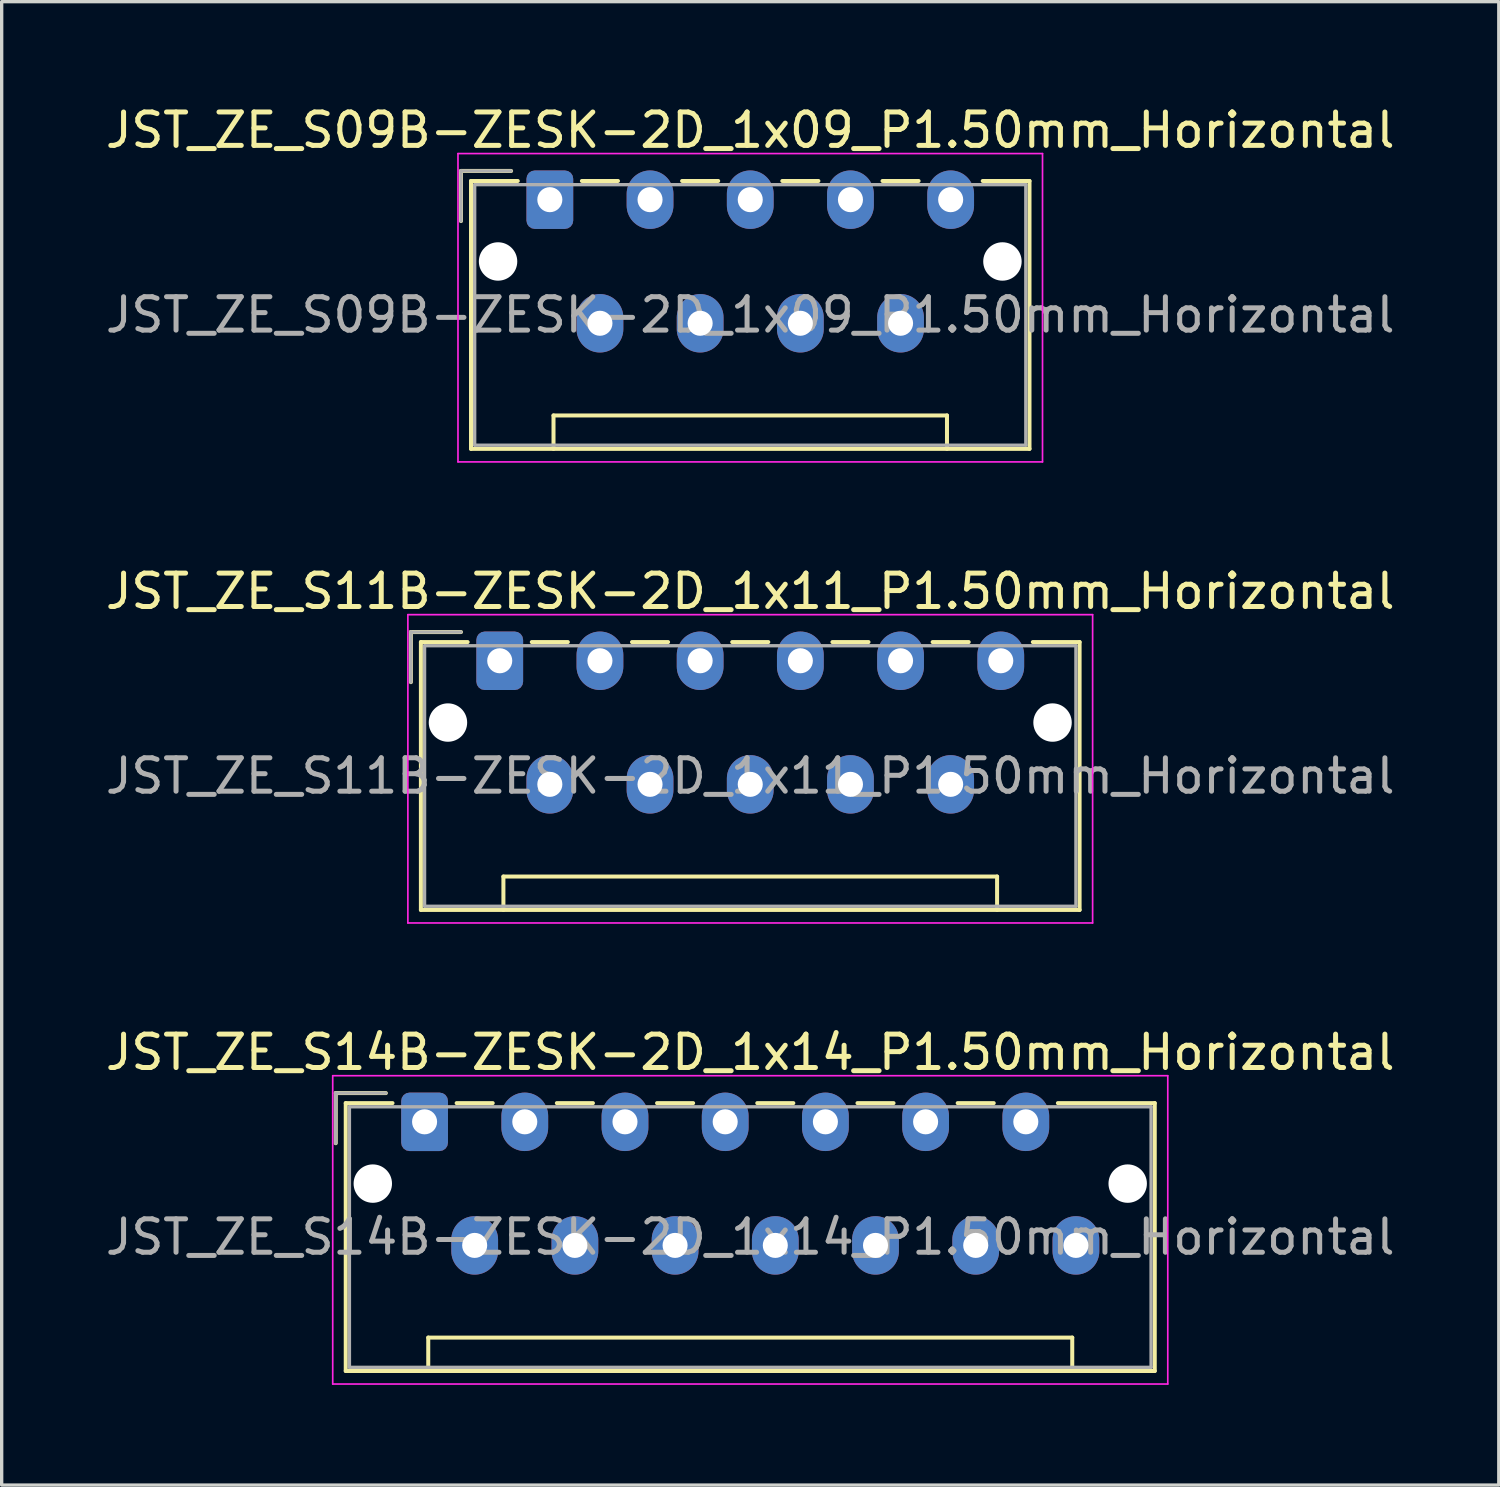
<source format=kicad_pcb>
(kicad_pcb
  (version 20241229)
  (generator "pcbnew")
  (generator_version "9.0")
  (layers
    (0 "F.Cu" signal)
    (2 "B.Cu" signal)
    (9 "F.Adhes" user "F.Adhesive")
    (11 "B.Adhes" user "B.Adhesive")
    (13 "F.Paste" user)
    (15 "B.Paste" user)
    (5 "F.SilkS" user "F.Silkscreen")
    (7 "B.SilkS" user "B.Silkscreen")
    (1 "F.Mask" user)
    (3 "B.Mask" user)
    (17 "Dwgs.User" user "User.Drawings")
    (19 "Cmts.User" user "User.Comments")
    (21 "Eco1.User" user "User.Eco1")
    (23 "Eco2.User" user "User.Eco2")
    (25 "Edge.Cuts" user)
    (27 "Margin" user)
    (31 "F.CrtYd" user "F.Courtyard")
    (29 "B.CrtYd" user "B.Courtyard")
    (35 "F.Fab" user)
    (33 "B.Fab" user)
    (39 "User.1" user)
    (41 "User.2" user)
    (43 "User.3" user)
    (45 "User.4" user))
  (footprint "JST_ZE_S14B-ZESK-2D_1x14_P1.50mm_Horizontal"
    (layer "F.Cu")
    (at 9.661 30.535)
    (property "Reference" "JST_ZE_S14B-ZESK-2D_1x14_P1.50mm_Horizontal" (at 9.75 -2.08 0) (layer "F.SilkS") (effects (font (size 1 1) (thickness 0.15))))
    (attr through_hole)
    (fp_line (start -2.66 -0.86) (end -1.16 -0.86) (stroke (width 0.12) (type solid)) (layer "F.SilkS"))
    (fp_line (start -2.66 0.64) (end -2.66 -0.86) (stroke (width 0.12) (type solid)) (layer "F.SilkS"))
    (fp_line (start -2.36 -0.56) (end -2.36 7.46) (stroke (width 0.12) (type solid)) (layer "F.SilkS"))
    (fp_line (start -2.36 7.46) (end 21.86 7.46) (stroke (width 0.12) (type solid)) (layer "F.SilkS"))
    (fp_line (start -0.96 -0.56) (end -2.36 -0.56) (stroke (width 0.12) (type solid)) (layer "F.SilkS"))
    (fp_line (start 0.11 6.46) (end 19.39 6.46) (stroke (width 0.12) (type solid)) (layer "F.SilkS"))
    (fp_line (start 0.11 7.46) (end 0.11 6.46) (stroke (width 0.12) (type solid)) (layer "F.SilkS"))
    (fp_line (start 0.96 -0.56) (end 2.04 -0.56) (stroke (width 0.12) (type solid)) (layer "F.SilkS"))
    (fp_line (start 3.96 -0.56) (end 5.04 -0.56) (stroke (width 0.12) (type solid)) (layer "F.SilkS"))
    (fp_line (start 6.96 -0.56) (end 8.04 -0.56) (stroke (width 0.12) (type solid)) (layer "F.SilkS"))
    (fp_line (start 9.96 -0.56) (end 11.04 -0.56) (stroke (width 0.12) (type solid)) (layer "F.SilkS"))
    (fp_line (start 12.96 -0.56) (end 14.04 -0.56) (stroke (width 0.12) (type solid)) (layer "F.SilkS"))
    (fp_line (start 15.96 -0.56) (end 17.04 -0.56) (stroke (width 0.12) (type solid)) (layer "F.SilkS"))
    (fp_line (start 19.39 6.46) (end 19.39 7.46) (stroke (width 0.12) (type solid)) (layer "F.SilkS"))
    (fp_line (start 21.86 -0.56) (end 18.96 -0.56) (stroke (width 0.12) (type solid)) (layer "F.SilkS"))
    (fp_line (start 21.86 7.46) (end 21.86 -0.56) (stroke (width 0.12) (type solid)) (layer "F.SilkS"))
    (fp_line (start -2.75 -1.38) (end -2.75 7.85) (stroke (width 0.05) (type solid)) (layer "F.CrtYd"))
    (fp_line (start -2.75 7.85) (end 22.25 7.85) (stroke (width 0.05) (type solid)) (layer "F.CrtYd"))
    (fp_line (start 22.25 -1.38) (end -2.75 -1.38) (stroke (width 0.05) (type solid)) (layer "F.CrtYd"))
    (fp_line (start 22.25 7.85) (end 22.25 -1.38) (stroke (width 0.05) (type solid)) (layer "F.CrtYd"))
    (fp_line (start -2.66 -0.86) (end -1.16 -0.86) (stroke (width 0.1) (type solid)) (layer "F.Fab"))
    (fp_line (start -2.66 0.64) (end -2.66 -0.86) (stroke (width 0.1) (type solid)) (layer "F.Fab"))
    (fp_line (start -2.25 -0.45) (end -2.25 7.35) (stroke (width 0.1) (type solid)) (layer "F.Fab"))
    (fp_line (start -2.25 7.35) (end 21.75 7.35) (stroke (width 0.1) (type solid)) (layer "F.Fab"))
    (fp_line (start 21.75 -0.45) (end -2.25 -0.45) (stroke (width 0.1) (type solid)) (layer "F.Fab"))
    (fp_line (start 21.75 7.35) (end 21.75 -0.45) (stroke (width 0.1) (type solid)) (layer "F.Fab"))
    (fp_text user "${REFERENCE}" (at 9.75 3.45 0) (layer "F.Fab") (effects (font (size 1 1) (thickness 0.15))))
    (pad "" np_thru_hole circle (at -1.55 1.85) (size 1.15 1.15) (drill 1.15) (layers "*.Cu" "*.Mask"))
    (pad "" np_thru_hole circle (at 21.05 1.85) (size 1.15 1.15) (drill 1.15) (layers "*.Cu" "*.Mask"))
    (pad "1" thru_hole roundrect (at 0 0) (size 1.4 1.75) (drill 0.75) (layers "*.Cu" "*.Mask") (roundrect_rratio 0.179))
    (pad "2" thru_hole oval (at 1.5 3.7) (size 1.4 1.75) (drill 0.75) (layers "*.Cu" "*.Mask"))
    (pad "3" thru_hole oval (at 3 0) (size 1.4 1.75) (drill 0.75) (layers "*.Cu" "*.Mask"))
    (pad "4" thru_hole oval (at 4.5 3.7) (size 1.4 1.75) (drill 0.75) (layers "*.Cu" "*.Mask"))
    (pad "5" thru_hole oval (at 6 0) (size 1.4 1.75) (drill 0.75) (layers "*.Cu" "*.Mask"))
    (pad "6" thru_hole oval (at 7.5 3.7) (size 1.4 1.75) (drill 0.75) (layers "*.Cu" "*.Mask"))
    (pad "7" thru_hole oval (at 9 0) (size 1.4 1.75) (drill 0.75) (layers "*.Cu" "*.Mask"))
    (pad "8" thru_hole oval (at 10.5 3.7) (size 1.4 1.75) (drill 0.75) (layers "*.Cu" "*.Mask"))
    (pad "9" thru_hole oval (at 12 0) (size 1.4 1.75) (drill 0.75) (layers "*.Cu" "*.Mask"))
    (pad "10" thru_hole oval (at 13.5 3.7) (size 1.4 1.75) (drill 0.75) (layers "*.Cu" "*.Mask"))
    (pad "11" thru_hole oval (at 15 0) (size 1.4 1.75) (drill 0.75) (layers "*.Cu" "*.Mask"))
    (pad "12" thru_hole oval (at 16.5 3.7) (size 1.4 1.75) (drill 0.75) (layers "*.Cu" "*.Mask"))
    (pad "13" thru_hole oval (at 18 0) (size 1.4 1.75) (drill 0.75) (layers "*.Cu" "*.Mask"))
    (pad "14" thru_hole oval (at 19.5 3.7) (size 1.4 1.75) (drill 0.75) (layers "*.Cu" "*.Mask")))
  (footprint "JST_ZE_S11B-ZESK-2D_1x11_P1.50mm_Horizontal"
    (layer "F.Cu")
    (at 11.911 16.732)
    (property "Reference" "JST_ZE_S11B-ZESK-2D_1x11_P1.50mm_Horizontal" (at 7.5 -2.08 0) (layer "F.SilkS") (effects (font (size 1 1) (thickness 0.15))))
    (attr through_hole)
    (fp_line (start -2.66 -0.86) (end -1.16 -0.86) (stroke (width 0.12) (type solid)) (layer "F.SilkS"))
    (fp_line (start -2.66 0.64) (end -2.66 -0.86) (stroke (width 0.12) (type solid)) (layer "F.SilkS"))
    (fp_line (start -2.36 -0.56) (end -2.36 7.46) (stroke (width 0.12) (type solid)) (layer "F.SilkS"))
    (fp_line (start -2.36 7.46) (end 17.36 7.46) (stroke (width 0.12) (type solid)) (layer "F.SilkS"))
    (fp_line (start -0.96 -0.56) (end -2.36 -0.56) (stroke (width 0.12) (type solid)) (layer "F.SilkS"))
    (fp_line (start 0.11 6.46) (end 14.89 6.46) (stroke (width 0.12) (type solid)) (layer "F.SilkS"))
    (fp_line (start 0.11 7.46) (end 0.11 6.46) (stroke (width 0.12) (type solid)) (layer "F.SilkS"))
    (fp_line (start 0.96 -0.56) (end 2.04 -0.56) (stroke (width 0.12) (type solid)) (layer "F.SilkS"))
    (fp_line (start 3.96 -0.56) (end 5.04 -0.56) (stroke (width 0.12) (type solid)) (layer "F.SilkS"))
    (fp_line (start 6.96 -0.56) (end 8.04 -0.56) (stroke (width 0.12) (type solid)) (layer "F.SilkS"))
    (fp_line (start 9.96 -0.56) (end 11.04 -0.56) (stroke (width 0.12) (type solid)) (layer "F.SilkS"))
    (fp_line (start 12.96 -0.56) (end 14.04 -0.56) (stroke (width 0.12) (type solid)) (layer "F.SilkS"))
    (fp_line (start 14.89 6.46) (end 14.89 7.46) (stroke (width 0.12) (type solid)) (layer "F.SilkS"))
    (fp_line (start 17.36 -0.56) (end 15.96 -0.56) (stroke (width 0.12) (type solid)) (layer "F.SilkS"))
    (fp_line (start 17.36 7.46) (end 17.36 -0.56) (stroke (width 0.12) (type solid)) (layer "F.SilkS"))
    (fp_line (start -2.75 -1.38) (end -2.75 7.85) (stroke (width 0.05) (type solid)) (layer "F.CrtYd"))
    (fp_line (start -2.75 7.85) (end 17.75 7.85) (stroke (width 0.05) (type solid)) (layer "F.CrtYd"))
    (fp_line (start 17.75 -1.38) (end -2.75 -1.38) (stroke (width 0.05) (type solid)) (layer "F.CrtYd"))
    (fp_line (start 17.75 7.85) (end 17.75 -1.38) (stroke (width 0.05) (type solid)) (layer "F.CrtYd"))
    (fp_line (start -2.66 -0.86) (end -1.16 -0.86) (stroke (width 0.1) (type solid)) (layer "F.Fab"))
    (fp_line (start -2.66 0.64) (end -2.66 -0.86) (stroke (width 0.1) (type solid)) (layer "F.Fab"))
    (fp_line (start -2.25 -0.45) (end -2.25 7.35) (stroke (width 0.1) (type solid)) (layer "F.Fab"))
    (fp_line (start -2.25 7.35) (end 17.25 7.35) (stroke (width 0.1) (type solid)) (layer "F.Fab"))
    (fp_line (start 17.25 -0.45) (end -2.25 -0.45) (stroke (width 0.1) (type solid)) (layer "F.Fab"))
    (fp_line (start 17.25 7.35) (end 17.25 -0.45) (stroke (width 0.1) (type solid)) (layer "F.Fab"))
    (fp_text user "${REFERENCE}" (at 7.5 3.45 0) (layer "F.Fab") (effects (font (size 1 1) (thickness 0.15))))
    (pad "" np_thru_hole circle (at -1.55 1.85) (size 1.15 1.15) (drill 1.15) (layers "*.Cu" "*.Mask"))
    (pad "" np_thru_hole circle (at 16.55 1.85) (size 1.15 1.15) (drill 1.15) (layers "*.Cu" "*.Mask"))
    (pad "1" thru_hole roundrect (at 0 0) (size 1.4 1.75) (drill 0.75) (layers "*.Cu" "*.Mask") (roundrect_rratio 0.179))
    (pad "2" thru_hole oval (at 1.5 3.7) (size 1.4 1.75) (drill 0.75) (layers "*.Cu" "*.Mask"))
    (pad "3" thru_hole oval (at 3 0) (size 1.4 1.75) (drill 0.75) (layers "*.Cu" "*.Mask"))
    (pad "4" thru_hole oval (at 4.5 3.7) (size 1.4 1.75) (drill 0.75) (layers "*.Cu" "*.Mask"))
    (pad "5" thru_hole oval (at 6 0) (size 1.4 1.75) (drill 0.75) (layers "*.Cu" "*.Mask"))
    (pad "6" thru_hole oval (at 7.5 3.7) (size 1.4 1.75) (drill 0.75) (layers "*.Cu" "*.Mask"))
    (pad "7" thru_hole oval (at 9 0) (size 1.4 1.75) (drill 0.75) (layers "*.Cu" "*.Mask"))
    (pad "8" thru_hole oval (at 10.5 3.7) (size 1.4 1.75) (drill 0.75) (layers "*.Cu" "*.Mask"))
    (pad "9" thru_hole oval (at 12 0) (size 1.4 1.75) (drill 0.75) (layers "*.Cu" "*.Mask"))
    (pad "10" thru_hole oval (at 13.5 3.7) (size 1.4 1.75) (drill 0.75) (layers "*.Cu" "*.Mask"))
    (pad "11" thru_hole oval (at 15 0) (size 1.4 1.75) (drill 0.75) (layers "*.Cu" "*.Mask")))
  (footprint "JST_ZE_S09B-ZESK-2D_1x09_P1.50mm_Horizontal"
    (layer "F.Cu")
    (at 13.411 2.928)
    (property "Reference" "JST_ZE_S09B-ZESK-2D_1x09_P1.50mm_Horizontal" (at 6 -2.08 0) (layer "F.SilkS") (effects (font (size 1 1) (thickness 0.15))))
    (attr through_hole)
    (fp_line (start -2.66 -0.86) (end -1.16 -0.86) (stroke (width 0.12) (type solid)) (layer "F.SilkS"))
    (fp_line (start -2.66 0.64) (end -2.66 -0.86) (stroke (width 0.12) (type solid)) (layer "F.SilkS"))
    (fp_line (start -2.36 -0.56) (end -2.36 7.46) (stroke (width 0.12) (type solid)) (layer "F.SilkS"))
    (fp_line (start -2.36 7.46) (end 14.36 7.46) (stroke (width 0.12) (type solid)) (layer "F.SilkS"))
    (fp_line (start -0.96 -0.56) (end -2.36 -0.56) (stroke (width 0.12) (type solid)) (layer "F.SilkS"))
    (fp_line (start 0.11 6.46) (end 11.89 6.46) (stroke (width 0.12) (type solid)) (layer "F.SilkS"))
    (fp_line (start 0.11 7.46) (end 0.11 6.46) (stroke (width 0.12) (type solid)) (layer "F.SilkS"))
    (fp_line (start 0.96 -0.56) (end 2.04 -0.56) (stroke (width 0.12) (type solid)) (layer "F.SilkS"))
    (fp_line (start 3.96 -0.56) (end 5.04 -0.56) (stroke (width 0.12) (type solid)) (layer "F.SilkS"))
    (fp_line (start 6.96 -0.56) (end 8.04 -0.56) (stroke (width 0.12) (type solid)) (layer "F.SilkS"))
    (fp_line (start 9.96 -0.56) (end 11.04 -0.56) (stroke (width 0.12) (type solid)) (layer "F.SilkS"))
    (fp_line (start 11.89 6.46) (end 11.89 7.46) (stroke (width 0.12) (type solid)) (layer "F.SilkS"))
    (fp_line (start 14.36 -0.56) (end 12.96 -0.56) (stroke (width 0.12) (type solid)) (layer "F.SilkS"))
    (fp_line (start 14.36 7.46) (end 14.36 -0.56) (stroke (width 0.12) (type solid)) (layer "F.SilkS"))
    (fp_line (start -2.75 -1.38) (end -2.75 7.85) (stroke (width 0.05) (type solid)) (layer "F.CrtYd"))
    (fp_line (start -2.75 7.85) (end 14.75 7.85) (stroke (width 0.05) (type solid)) (layer "F.CrtYd"))
    (fp_line (start 14.75 -1.38) (end -2.75 -1.38) (stroke (width 0.05) (type solid)) (layer "F.CrtYd"))
    (fp_line (start 14.75 7.85) (end 14.75 -1.38) (stroke (width 0.05) (type solid)) (layer "F.CrtYd"))
    (fp_line (start -2.66 -0.86) (end -1.16 -0.86) (stroke (width 0.1) (type solid)) (layer "F.Fab"))
    (fp_line (start -2.66 0.64) (end -2.66 -0.86) (stroke (width 0.1) (type solid)) (layer "F.Fab"))
    (fp_line (start -2.25 -0.45) (end -2.25 7.35) (stroke (width 0.1) (type solid)) (layer "F.Fab"))
    (fp_line (start -2.25 7.35) (end 14.25 7.35) (stroke (width 0.1) (type solid)) (layer "F.Fab"))
    (fp_line (start 14.25 -0.45) (end -2.25 -0.45) (stroke (width 0.1) (type solid)) (layer "F.Fab"))
    (fp_line (start 14.25 7.35) (end 14.25 -0.45) (stroke (width 0.1) (type solid)) (layer "F.Fab"))
    (fp_text user "${REFERENCE}" (at 6 3.45 0) (layer "F.Fab") (effects (font (size 1 1) (thickness 0.15))))
    (pad "" np_thru_hole circle (at -1.55 1.85) (size 1.15 1.15) (drill 1.15) (layers "*.Cu" "*.Mask"))
    (pad "" np_thru_hole circle (at 13.55 1.85) (size 1.15 1.15) (drill 1.15) (layers "*.Cu" "*.Mask"))
    (pad "1" thru_hole roundrect (at 0 0) (size 1.4 1.75) (drill 0.75) (layers "*.Cu" "*.Mask") (roundrect_rratio 0.179))
    (pad "2" thru_hole oval (at 1.5 3.7) (size 1.4 1.75) (drill 0.75) (layers "*.Cu" "*.Mask"))
    (pad "3" thru_hole oval (at 3 0) (size 1.4 1.75) (drill 0.75) (layers "*.Cu" "*.Mask"))
    (pad "4" thru_hole oval (at 4.5 3.7) (size 1.4 1.75) (drill 0.75) (layers "*.Cu" "*.Mask"))
    (pad "5" thru_hole oval (at 6 0) (size 1.4 1.75) (drill 0.75) (layers "*.Cu" "*.Mask"))
    (pad "6" thru_hole oval (at 7.5 3.7) (size 1.4 1.75) (drill 0.75) (layers "*.Cu" "*.Mask"))
    (pad "7" thru_hole oval (at 9 0) (size 1.4 1.75) (drill 0.75) (layers "*.Cu" "*.Mask"))
    (pad "8" thru_hole oval (at 10.5 3.7) (size 1.4 1.75) (drill 0.75) (layers "*.Cu" "*.Mask"))
    (pad "9" thru_hole oval (at 12 0) (size 1.4 1.75) (drill 0.75) (layers "*.Cu" "*.Mask")))
  (gr_rect
    (start -3 -3)
    (end 41.821 41.41)
    (stroke (width 0.1) (type default))
    (fill no)
    (layer "Edge.Cuts")))
</source>
